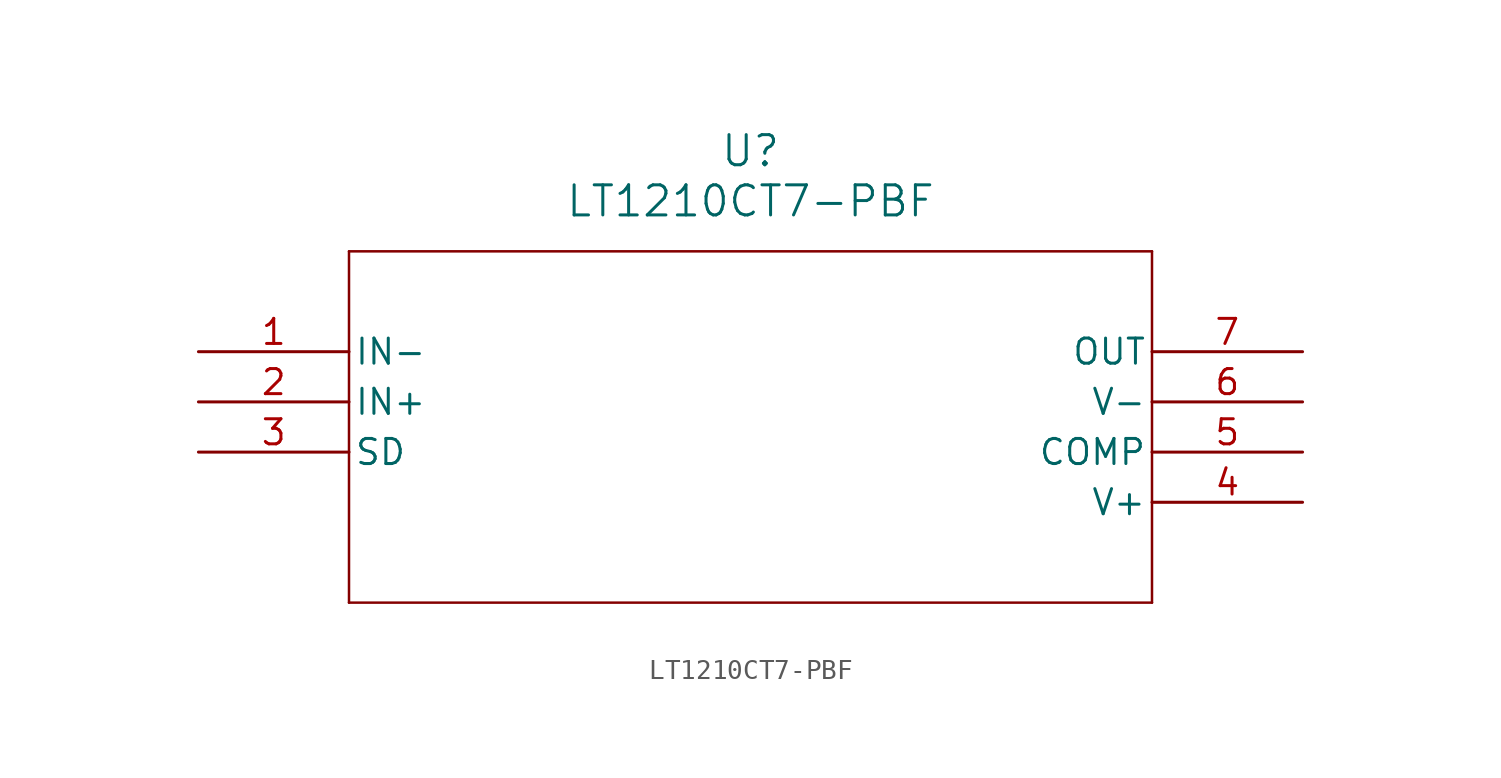
<source format=kicad_sym>
(kicad_symbol_lib
  (version 20211014)
  (generator kicad_symbol_editor)
  (symbol "LT1210CT7-PBF"
    (pin_names
      (offset 0.254))
    (property "Reference" "U"
      (at 27.94 10.16 0)
      (effects (font (size 1.524 1.524))))
    (property "Value" "LT1210CT7-PBF"
      (at 27.94 7.62 0)
      (effects (font (size 1.524 1.524))))
    (symbol "LT1210CT7-PBF_0_1"
      (polyline (pts (xy 7.62 5.08) (xy 7.62 -12.7)) (stroke (width 0.127) (type default) (color 0 0 0 0)) (fill (type none)))
      (polyline (pts (xy 7.62 -12.7) (xy 48.26 -12.7)) (stroke (width 0.127) (type default) (color 0 0 0 0)) (fill (type none)))
      (polyline (pts (xy 48.26 -12.7) (xy 48.26 5.08)) (stroke (width 0.127) (type default) (color 0 0 0 0)) (fill (type none)))
      (polyline (pts (xy 48.26 5.08) (xy 7.62 5.08)) (stroke (width 0.127) (type default) (color 0 0 0 0)) (fill (type none)))
      (pin input line (at 0 0 0) (length 7.62) (name "IN-" (effects (font (size 1.27 1.27)))) (number "1" (effects (font (size 1.27 1.27)))))
      (pin input line (at 0 -2.54 0) (length 7.62) (name "IN+" (effects (font (size 1.27 1.27)))) (number "2" (effects (font (size 1.27 1.27)))))
      (pin unspecified line (at 0 -5.08 0) (length 7.62) (name "SD" (effects (font (size 1.27 1.27)))) (number "3" (effects (font (size 1.27 1.27)))))
      (pin power_in line (at 55.88 -7.62 180) (length 7.62) (name "V+" (effects (font (size 1.27 1.27)))) (number "4" (effects (font (size 1.27 1.27)))))
      (pin unspecified line (at 55.88 -5.08 180) (length 7.62) (name "COMP" (effects (font (size 1.27 1.27)))) (number "5" (effects (font (size 1.27 1.27)))))
      (pin power_in line (at 55.88 -2.54 180) (length 7.62) (name "V-" (effects (font (size 1.27 1.27)))) (number "6" (effects (font (size 1.27 1.27)))))
      (pin output line (at 55.88 0 180) (length 7.62) (name "OUT" (effects (font (size 1.27 1.27)))) (number "7" (effects (font (size 1.27 1.27))))))))
</source>
